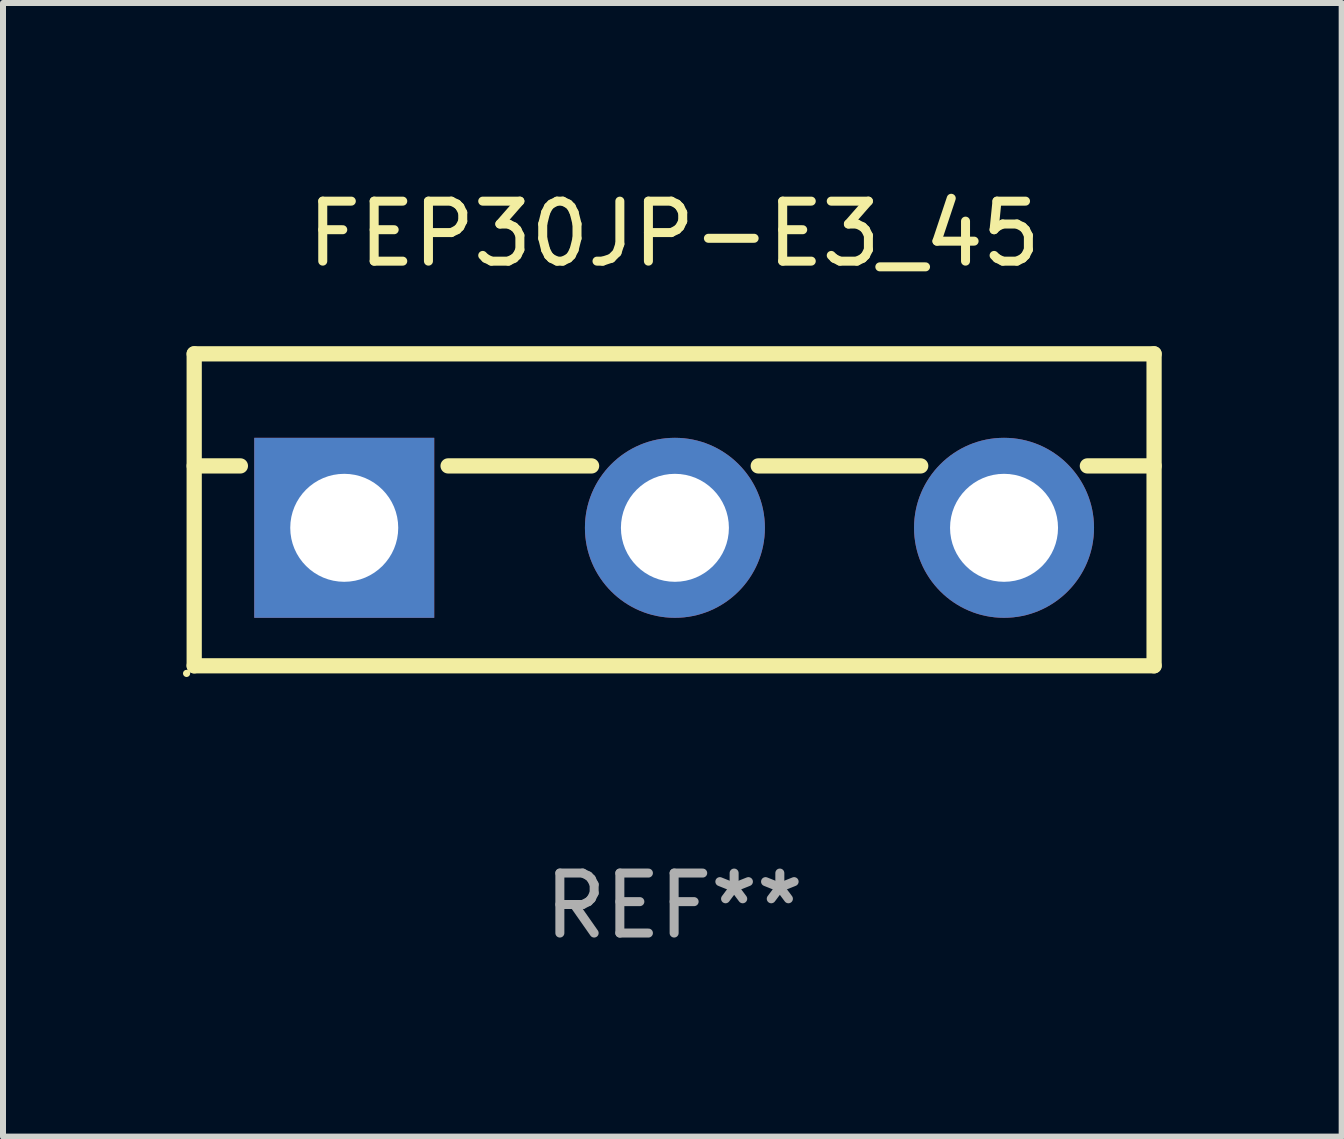
<source format=kicad_pcb>
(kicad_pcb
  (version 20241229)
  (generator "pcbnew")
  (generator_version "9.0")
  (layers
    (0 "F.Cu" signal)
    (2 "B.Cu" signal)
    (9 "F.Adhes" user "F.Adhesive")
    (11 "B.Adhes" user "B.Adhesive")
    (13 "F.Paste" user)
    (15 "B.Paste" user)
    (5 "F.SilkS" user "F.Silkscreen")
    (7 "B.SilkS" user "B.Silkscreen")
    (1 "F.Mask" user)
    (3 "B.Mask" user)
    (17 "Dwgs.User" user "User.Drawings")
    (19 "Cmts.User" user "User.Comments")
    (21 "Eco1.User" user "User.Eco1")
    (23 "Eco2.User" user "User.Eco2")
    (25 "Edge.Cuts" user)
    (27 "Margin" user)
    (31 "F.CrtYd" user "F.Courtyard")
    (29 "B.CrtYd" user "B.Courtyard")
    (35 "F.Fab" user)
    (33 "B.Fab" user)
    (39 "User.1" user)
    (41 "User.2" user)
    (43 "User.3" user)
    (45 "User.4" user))
  (footprint "FEP30JP-E3_45"
    (layer "F.Cu")
    (at 8.187 5.448)
    (property "Reference" "FEP30JP-E3_45" (at 0 -4.6 0) (layer "F.SilkS") (effects (font (size 1 1) (thickness 0.15))))
    (attr through_hole)
    (fp_line (start -8 -2.6) (end -8 2.6) (stroke (width 0.254) (type solid)) (layer "F.SilkS"))
    (fp_line (start -8 -2.6) (end 8 -2.6) (stroke (width 0.254) (type solid)) (layer "F.SilkS"))
    (fp_line (start -8 -0.732) (end -7.23 -0.732) (stroke (width 0.254) (type solid)) (layer "F.SilkS"))
    (fp_line (start -8 2.6) (end 8 2.6) (stroke (width 0.254) (type solid)) (layer "F.SilkS"))
    (fp_line (start -3.768 -0.732) (end -1.376 -0.732) (stroke (width 0.254) (type solid)) (layer "F.SilkS"))
    (fp_line (start 1.402 -0.732) (end 4.11 -0.732) (stroke (width 0.254) (type solid)) (layer "F.SilkS"))
    (fp_line (start 6.888 -0.732) (end 8 -0.732) (stroke (width 0.254) (type solid)) (layer "F.SilkS"))
    (fp_line (start 8 -2.6) (end 8 2.6) (stroke (width 0.254) (type solid)) (layer "F.SilkS"))
    (fp_circle (center -8.127 2.727) (end -8.097 2.727) (stroke (width 0.06) (type solid)) (fill no) (layer "F.SilkS"))
    (fp_text user "REF**" (at 0 6.6 0) (layer "F.Fab") (effects (font (size 1 1) (thickness 0.15))))
    (pad "1" thru_hole rect (at -5.499 0.3) (size 3 3) (drill 1.8) (layers "*.Cu" "*.Mask"))
    (pad "2" thru_hole circle (at 0.013 0.3) (size 3 3) (drill 1.8) (layers "*.Cu" "*.Mask"))
    (pad "3" thru_hole circle (at 5.499 0.3) (size 3 3) (drill 1.8) (layers "*.Cu" "*.Mask")))
  (gr_rect
    (start -3 -3)
    (end 19.314 15.896)
    (stroke (width 0.1) (type default))
    (fill no)
    (layer "Edge.Cuts")))
</source>
